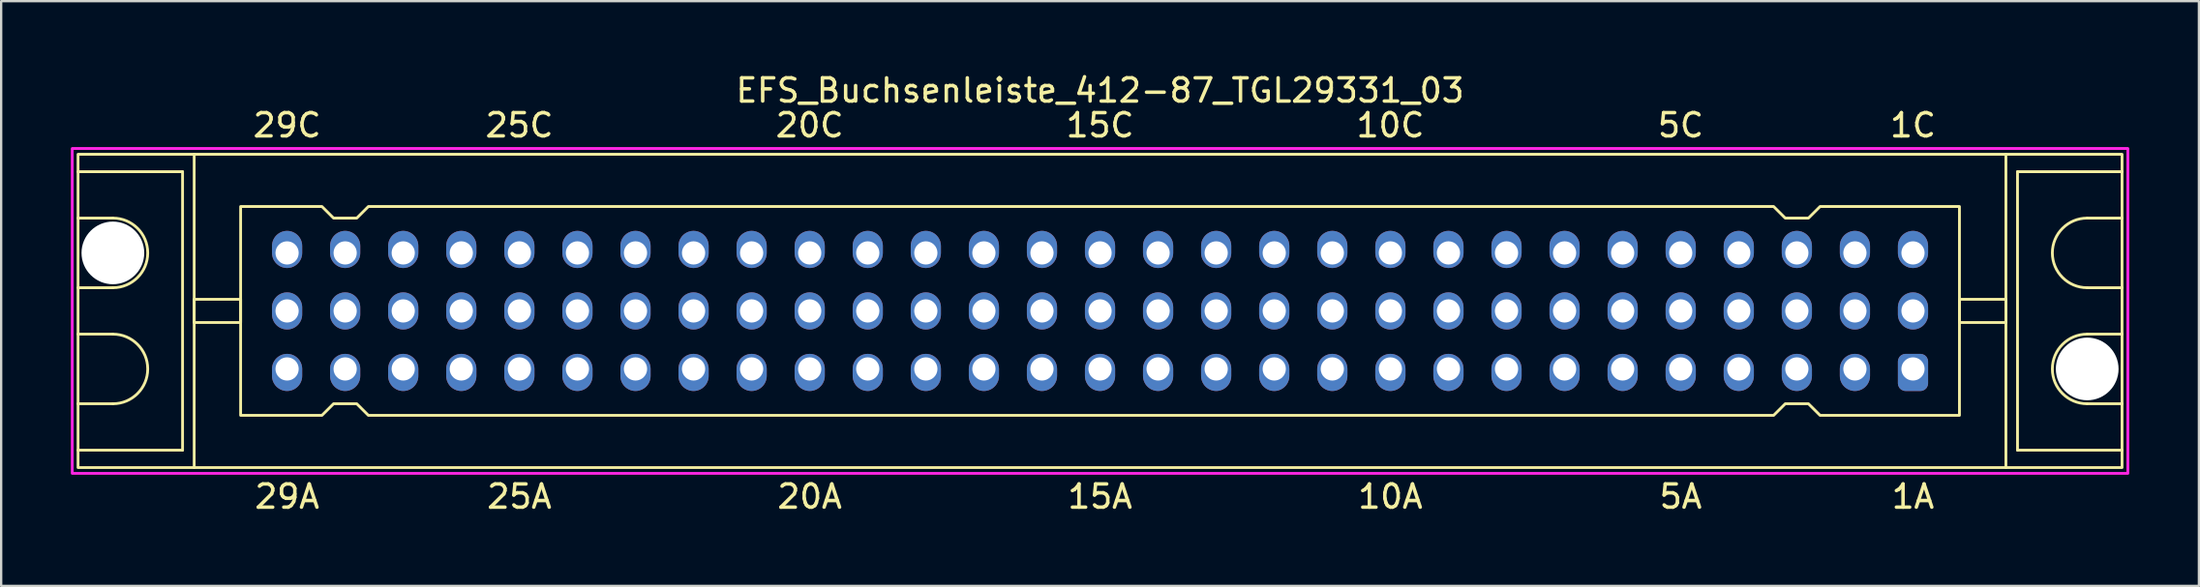
<source format=kicad_pcb>
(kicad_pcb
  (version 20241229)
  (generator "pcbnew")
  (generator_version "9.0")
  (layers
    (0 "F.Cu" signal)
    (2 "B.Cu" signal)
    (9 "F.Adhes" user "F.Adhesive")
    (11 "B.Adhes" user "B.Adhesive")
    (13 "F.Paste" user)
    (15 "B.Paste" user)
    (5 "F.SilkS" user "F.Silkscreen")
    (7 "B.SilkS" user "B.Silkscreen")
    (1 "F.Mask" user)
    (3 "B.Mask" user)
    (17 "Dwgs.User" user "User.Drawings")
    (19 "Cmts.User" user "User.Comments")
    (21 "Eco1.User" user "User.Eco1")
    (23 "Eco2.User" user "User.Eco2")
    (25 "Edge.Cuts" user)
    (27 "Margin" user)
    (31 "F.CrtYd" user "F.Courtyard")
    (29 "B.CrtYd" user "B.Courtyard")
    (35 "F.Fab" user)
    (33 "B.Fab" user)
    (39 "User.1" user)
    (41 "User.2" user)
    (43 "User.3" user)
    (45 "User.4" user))
  (footprint "EFS_Buchsenleiste_412-87_TGL29331_03"
    (layer "F.Cu")
    (at 44.31 10.348)
    (property "Reference" "EFS_Buchsenleiste_412-87_TGL29331_03" (at 0 -9.5 180) (layer "F.SilkS") (effects (font (size 1 1) (thickness 0.15))))
    (attr through_hole)
    (fp_line (start -44 -6) (end -39.5 -6) (stroke (width 0.12) (type solid)) (layer "F.SilkS"))
    (fp_line (start -42.5 -4) (end -44 -4) (stroke (width 0.12) (type solid)) (layer "F.SilkS"))
    (fp_line (start -42.5 -1) (end -44 -1) (stroke (width 0.12) (type solid)) (layer "F.SilkS"))
    (fp_line (start -42.5 1) (end -44 1) (stroke (width 0.12) (type solid)) (layer "F.SilkS"))
    (fp_line (start -42.5 4) (end -44 4) (stroke (width 0.12) (type solid)) (layer "F.SilkS"))
    (fp_line (start -39.5 -6) (end -39.5 6) (stroke (width 0.12) (type solid)) (layer "F.SilkS"))
    (fp_line (start -39.5 6) (end -44 6) (stroke (width 0.12) (type solid)) (layer "F.SilkS"))
    (fp_line (start -39 6.75) (end -39 -6.75) (stroke (width 0.12) (type solid)) (layer "F.SilkS"))
    (fp_line (start 39 6.75) (end 39 -6.75) (stroke (width 0.12) (type solid)) (layer "F.SilkS"))
    (fp_line (start 39.5 -6) (end 39.5 6) (stroke (width 0.12) (type solid)) (layer "F.SilkS"))
    (fp_line (start 39.5 6) (end 44 6) (stroke (width 0.12) (type solid)) (layer "F.SilkS"))
    (fp_line (start 42.5 -4) (end 44 -4) (stroke (width 0.12) (type solid)) (layer "F.SilkS"))
    (fp_line (start 42.5 -1) (end 44 -1) (stroke (width 0.12) (type solid)) (layer "F.SilkS"))
    (fp_line (start 42.5 1) (end 44 1) (stroke (width 0.12) (type solid)) (layer "F.SilkS"))
    (fp_line (start 42.5 4) (end 44 4) (stroke (width 0.12) (type solid)) (layer "F.SilkS"))
    (fp_line (start 44 -6) (end 39.5 -6) (stroke (width 0.12) (type solid)) (layer "F.SilkS"))
    (fp_rect (start -44 -6.75) (end 44 6.75) (stroke (width 0.12) (type solid)) (fill no) (layer "F.SilkS"))
    (fp_rect (start -39 -0.5) (end -37 0.5) (stroke (width 0.12) (type solid)) (fill no) (layer "F.SilkS"))
    (fp_rect (start 39 -0.5) (end 37 0.5) (stroke (width 0.12) (type solid)) (fill no) (layer "F.SilkS"))
    (fp_arc (start -42.5 -4) (mid -41 -2.5) (end -42.5 -1) (stroke (width 0.12) (type solid)) (layer "F.SilkS"))
    (fp_arc (start -42.5 1) (mid -41 2.5) (end -42.5 4) (stroke (width 0.12) (type solid)) (layer "F.SilkS"))
    (fp_arc (start 42.5 -1) (mid 41 -2.5) (end 42.5 -4) (stroke (width 0.12) (type solid)) (layer "F.SilkS"))
    (fp_arc (start 42.5 4) (mid 41 2.5) (end 42.5 1) (stroke (width 0.12) (type solid)) (layer "F.SilkS"))
    (fp_poly (pts (xy -33 -4) (xy -32 -4) (xy -31.5 -4.5) (xy 29 -4.5) (xy 29.5 -4) (xy 30.5 -4) (xy 31 -4.5) (xy 37 -4.5) (xy 37 4.5) (xy 31 4.5) (xy 30.5 4) (xy 29.5 4) (xy 29 4.5) (xy -31.5 4.5) (xy -32 4) (xy -33 4) (xy -33.5 4.5) (xy -37 4.5) (xy -37 -4.5) (xy -33.5 -4.5)) (stroke (width 0.12) (type solid)) (fill no) (layer "F.SilkS"))
    (fp_rect (start -44.25 -7) (end 44.25 7) (stroke (width 0.12) (type solid)) (fill no) (layer "F.CrtYd"))
    (fp_text user "20C" (at -12.5 -8 180) (layer "F.SilkS") (effects (font (size 1 1) (thickness 0.15))))
    (fp_text user "25A" (at -25 8 180) (layer "F.SilkS") (effects (font (size 1 1) (thickness 0.15))))
    (fp_text user "10A" (at 12.5 8 180) (layer "F.SilkS") (effects (font (size 1 1) (thickness 0.15))))
    (fp_text user "15A" (at 0 8 180) (layer "F.SilkS") (effects (font (size 1 1) (thickness 0.15))))
    (fp_text user "15C" (at 0 -8 180) (layer "F.SilkS") (effects (font (size 1 1) (thickness 0.15))))
    (fp_text user "5C" (at 25 -8 180) (layer "F.SilkS") (effects (font (size 1 1) (thickness 0.15))))
    (fp_text user "29C" (at -35 -8 180) (layer "F.SilkS") (effects (font (size 1 1) (thickness 0.15))))
    (fp_text user "20A" (at -12.5 8 180) (layer "F.SilkS") (effects (font (size 1 1) (thickness 0.15))))
    (fp_text user "10C" (at 12.5 -8 180) (layer "F.SilkS") (effects (font (size 1 1) (thickness 0.15))))
    (fp_text user "5A" (at 25 8 180) (layer "F.SilkS") (effects (font (size 1 1) (thickness 0.15))))
    (fp_text user "29A" (at -35 8 180) (layer "F.SilkS") (effects (font (size 1 1) (thickness 0.15))))
    (fp_text user "1C" (at 35 -8 180) (layer "F.SilkS") (effects (font (size 1 1) (thickness 0.15))))
    (fp_text user "1A" (at 35 8 180) (layer "F.SilkS") (effects (font (size 1 1) (thickness 0.15))))
    (fp_text user "25C" (at -25 -8 180) (layer "F.SilkS") (effects (font (size 1 1) (thickness 0.15))))
    (pad "" np_thru_hole circle (at -42.5 -2.5) (size 2.7 2.7) (drill 2.7) (layers "*.Cu" "*.Mask"))
    (pad "" np_thru_hole circle (at 42.5 2.5) (size 2.7 2.7) (drill 2.7) (layers "*.Cu" "*.Mask"))
    (pad "1a" thru_hole roundrect (at 35 2.5 180) (size 1.3 1.6) (drill 1 (offset 0 -0.15)) (layers "*.Cu" "*.Mask") (roundrect_rratio 0.25))
    (pad "1b" thru_hole oval (at 35 0 180) (size 1.3 1.6) (drill 1) (layers "*.Cu" "*.Mask"))
    (pad "1c" thru_hole oval (at 35 -2.5 180) (size 1.3 1.6) (drill 1 (offset 0 0.15)) (layers "*.Cu" "*.Mask"))
    (pad "2a" thru_hole oval (at 32.5 2.5 180) (size 1.3 1.6) (drill 1 (offset 0 -0.15)) (layers "*.Cu" "*.Mask"))
    (pad "2b" thru_hole oval (at 32.5 0 180) (size 1.3 1.6) (drill 1) (layers "*.Cu" "*.Mask"))
    (pad "2c" thru_hole oval (at 32.5 -2.5 180) (size 1.3 1.6) (drill 1 (offset 0 0.15)) (layers "*.Cu" "*.Mask"))
    (pad "3a" thru_hole oval (at 30 2.5 180) (size 1.3 1.6) (drill 1 (offset 0 -0.15)) (layers "*.Cu" "*.Mask"))
    (pad "3b" thru_hole oval (at 30 0 180) (size 1.3 1.6) (drill 1) (layers "*.Cu" "*.Mask"))
    (pad "3c" thru_hole oval (at 30 -2.5 180) (size 1.3 1.6) (drill 1 (offset 0 0.15)) (layers "*.Cu" "*.Mask"))
    (pad "4a" thru_hole oval (at 27.5 2.5 180) (size 1.3 1.6) (drill 1 (offset 0 -0.15)) (layers "*.Cu" "*.Mask"))
    (pad "4b" thru_hole oval (at 27.5 0 180) (size 1.3 1.6) (drill 1) (layers "*.Cu" "*.Mask"))
    (pad "4c" thru_hole oval (at 27.5 -2.5 180) (size 1.3 1.6) (drill 1 (offset 0 0.15)) (layers "*.Cu" "*.Mask"))
    (pad "5a" thru_hole oval (at 25 2.5 180) (size 1.3 1.6) (drill 1 (offset 0 -0.15)) (layers "*.Cu" "*.Mask"))
    (pad "5b" thru_hole oval (at 25 0 180) (size 1.3 1.6) (drill 1) (layers "*.Cu" "*.Mask"))
    (pad "5c" thru_hole oval (at 25 -2.5 180) (size 1.3 1.6) (drill 1 (offset 0 0.15)) (layers "*.Cu" "*.Mask"))
    (pad "6a" thru_hole oval (at 22.5 2.5 180) (size 1.3 1.6) (drill 1 (offset 0 -0.15)) (layers "*.Cu" "*.Mask"))
    (pad "6b" thru_hole oval (at 22.5 0 180) (size 1.3 1.6) (drill 1) (layers "*.Cu" "*.Mask"))
    (pad "6c" thru_hole oval (at 22.5 -2.5 180) (size 1.3 1.6) (drill 1 (offset 0 0.15)) (layers "*.Cu" "*.Mask"))
    (pad "7a" thru_hole oval (at 20 2.5 180) (size 1.3 1.6) (drill 1 (offset 0 -0.15)) (layers "*.Cu" "*.Mask"))
    (pad "7b" thru_hole oval (at 20 0 180) (size 1.3 1.6) (drill 1) (layers "*.Cu" "*.Mask"))
    (pad "7c" thru_hole oval (at 20 -2.5 180) (size 1.3 1.6) (drill 1 (offset 0 0.15)) (layers "*.Cu" "*.Mask"))
    (pad "8a" thru_hole oval (at 17.5 2.5 180) (size 1.3 1.6) (drill 1 (offset 0 -0.15)) (layers "*.Cu" "*.Mask"))
    (pad "8b" thru_hole oval (at 17.5 0 180) (size 1.3 1.6) (drill 1) (layers "*.Cu" "*.Mask"))
    (pad "8c" thru_hole oval (at 17.5 -2.5 180) (size 1.3 1.6) (drill 1 (offset 0 0.15)) (layers "*.Cu" "*.Mask"))
    (pad "9a" thru_hole oval (at 15 2.5 180) (size 1.3 1.6) (drill 1 (offset 0 -0.15)) (layers "*.Cu" "*.Mask"))
    (pad "9b" thru_hole oval (at 15 0 180) (size 1.3 1.6) (drill 1) (layers "*.Cu" "*.Mask"))
    (pad "9c" thru_hole oval (at 15 -2.5 180) (size 1.3 1.6) (drill 1 (offset 0 0.15)) (layers "*.Cu" "*.Mask"))
    (pad "10a" thru_hole oval (at 12.5 2.5 180) (size 1.3 1.6) (drill 1 (offset 0 -0.15)) (layers "*.Cu" "*.Mask"))
    (pad "10b" thru_hole oval (at 12.5 0 180) (size 1.3 1.6) (drill 1) (layers "*.Cu" "*.Mask"))
    (pad "10c" thru_hole oval (at 12.5 -2.5 180) (size 1.3 1.6) (drill 1 (offset 0 0.15)) (layers "*.Cu" "*.Mask"))
    (pad "11a" thru_hole oval (at 10 2.5 180) (size 1.3 1.6) (drill 1 (offset 0 -0.15)) (layers "*.Cu" "*.Mask"))
    (pad "11b" thru_hole oval (at 10 0 180) (size 1.3 1.6) (drill 1) (layers "*.Cu" "*.Mask"))
    (pad "11c" thru_hole oval (at 10 -2.5 180) (size 1.3 1.6) (drill 1 (offset 0 0.15)) (layers "*.Cu" "*.Mask"))
    (pad "12a" thru_hole oval (at 7.5 2.5 180) (size 1.3 1.6) (drill 1 (offset 0 -0.15)) (layers "*.Cu" "*.Mask"))
    (pad "12b" thru_hole oval (at 7.5 0 180) (size 1.3 1.6) (drill 1) (layers "*.Cu" "*.Mask"))
    (pad "12c" thru_hole oval (at 7.5 -2.5 180) (size 1.3 1.6) (drill 1 (offset 0 0.15)) (layers "*.Cu" "*.Mask"))
    (pad "13a" thru_hole oval (at 5 2.5 180) (size 1.3 1.6) (drill 1 (offset 0 -0.15)) (layers "*.Cu" "*.Mask"))
    (pad "13b" thru_hole oval (at 5 0 180) (size 1.3 1.6) (drill 1) (layers "*.Cu" "*.Mask"))
    (pad "13c" thru_hole oval (at 5 -2.5 180) (size 1.3 1.6) (drill 1 (offset 0 0.15)) (layers "*.Cu" "*.Mask"))
    (pad "14a" thru_hole oval (at 2.5 2.5 180) (size 1.3 1.6) (drill 1 (offset 0 -0.15)) (layers "*.Cu" "*.Mask"))
    (pad "14b" thru_hole oval (at 2.5 0 180) (size 1.3 1.6) (drill 1) (layers "*.Cu" "*.Mask"))
    (pad "14c" thru_hole oval (at 2.5 -2.5 180) (size 1.3 1.6) (drill 1 (offset 0 0.15)) (layers "*.Cu" "*.Mask"))
    (pad "15a" thru_hole oval (at 0 2.5 180) (size 1.3 1.6) (drill 1 (offset 0 -0.15)) (layers "*.Cu" "*.Mask"))
    (pad "15b" thru_hole oval (at 0 0 180) (size 1.3 1.6) (drill 1) (layers "*.Cu" "*.Mask"))
    (pad "15c" thru_hole oval (at 0 -2.5 180) (size 1.3 1.6) (drill 1 (offset 0 0.15)) (layers "*.Cu" "*.Mask"))
    (pad "16a" thru_hole oval (at -2.5 2.5 180) (size 1.3 1.6) (drill 1 (offset 0 -0.15)) (layers "*.Cu" "*.Mask"))
    (pad "16b" thru_hole oval (at -2.5 0 180) (size 1.3 1.6) (drill 1) (layers "*.Cu" "*.Mask"))
    (pad "16c" thru_hole oval (at -2.5 -2.5 180) (size 1.3 1.6) (drill 1 (offset 0 0.15)) (layers "*.Cu" "*.Mask"))
    (pad "17a" thru_hole oval (at -5 2.5 180) (size 1.3 1.6) (drill 1 (offset 0 -0.15)) (layers "*.Cu" "*.Mask"))
    (pad "17b" thru_hole oval (at -5 0 180) (size 1.3 1.6) (drill 1) (layers "*.Cu" "*.Mask"))
    (pad "17c" thru_hole oval (at -5 -2.5 180) (size 1.3 1.6) (drill 1 (offset 0 0.15)) (layers "*.Cu" "*.Mask"))
    (pad "18a" thru_hole oval (at -7.5 2.5 180) (size 1.3 1.6) (drill 1 (offset 0 -0.15)) (layers "*.Cu" "*.Mask"))
    (pad "18b" thru_hole oval (at -7.5 0 180) (size 1.3 1.6) (drill 1) (layers "*.Cu" "*.Mask"))
    (pad "18c" thru_hole oval (at -7.5 -2.5 180) (size 1.3 1.6) (drill 1 (offset 0 0.15)) (layers "*.Cu" "*.Mask"))
    (pad "19a" thru_hole oval (at -10 2.5 180) (size 1.3 1.6) (drill 1 (offset 0 -0.15)) (layers "*.Cu" "*.Mask"))
    (pad "19b" thru_hole oval (at -10 0 180) (size 1.3 1.6) (drill 1) (layers "*.Cu" "*.Mask"))
    (pad "19c" thru_hole oval (at -10 -2.5 180) (size 1.3 1.6) (drill 1 (offset 0 0.15)) (layers "*.Cu" "*.Mask"))
    (pad "20a" thru_hole oval (at -12.5 2.5 180) (size 1.3 1.6) (drill 1 (offset 0 -0.15)) (layers "*.Cu" "*.Mask"))
    (pad "20b" thru_hole oval (at -12.5 0 180) (size 1.3 1.6) (drill 1) (layers "*.Cu" "*.Mask"))
    (pad "20c" thru_hole oval (at -12.5 -2.5 180) (size 1.3 1.6) (drill 1 (offset 0 0.15)) (layers "*.Cu" "*.Mask"))
    (pad "21a" thru_hole oval (at -15 2.5 180) (size 1.3 1.6) (drill 1 (offset 0 -0.15)) (layers "*.Cu" "*.Mask"))
    (pad "21b" thru_hole oval (at -15 0 180) (size 1.3 1.6) (drill 1) (layers "*.Cu" "*.Mask"))
    (pad "21c" thru_hole oval (at -15 -2.5 180) (size 1.3 1.6) (drill 1 (offset 0 0.15)) (layers "*.Cu" "*.Mask"))
    (pad "22a" thru_hole oval (at -17.5 2.5 180) (size 1.3 1.6) (drill 1 (offset 0 -0.15)) (layers "*.Cu" "*.Mask"))
    (pad "22b" thru_hole oval (at -17.5 0 180) (size 1.3 1.6) (drill 1) (layers "*.Cu" "*.Mask"))
    (pad "22c" thru_hole oval (at -17.5 -2.5 180) (size 1.3 1.6) (drill 1 (offset 0 0.15)) (layers "*.Cu" "*.Mask"))
    (pad "23a" thru_hole oval (at -20 2.5 180) (size 1.3 1.6) (drill 1 (offset 0 -0.15)) (layers "*.Cu" "*.Mask"))
    (pad "23b" thru_hole oval (at -20 0 180) (size 1.3 1.6) (drill 1) (layers "*.Cu" "*.Mask"))
    (pad "23c" thru_hole oval (at -20 -2.5 180) (size 1.3 1.6) (drill 1 (offset 0 0.15)) (layers "*.Cu" "*.Mask"))
    (pad "24a" thru_hole oval (at -22.5 2.5 180) (size 1.3 1.6) (drill 1 (offset 0 -0.15)) (layers "*.Cu" "*.Mask"))
    (pad "24b" thru_hole oval (at -22.5 0 180) (size 1.3 1.6) (drill 1) (layers "*.Cu" "*.Mask"))
    (pad "24c" thru_hole oval (at -22.5 -2.5 180) (size 1.3 1.6) (drill 1 (offset 0 0.15)) (layers "*.Cu" "*.Mask"))
    (pad "25a" thru_hole oval (at -25 2.5 180) (size 1.3 1.6) (drill 1 (offset 0 -0.15)) (layers "*.Cu" "*.Mask"))
    (pad "25b" thru_hole oval (at -25 0 180) (size 1.3 1.6) (drill 1) (layers "*.Cu" "*.Mask"))
    (pad "25c" thru_hole oval (at -25 -2.5 180) (size 1.3 1.6) (drill 1 (offset 0 0.15)) (layers "*.Cu" "*.Mask"))
    (pad "26a" thru_hole oval (at -27.5 2.5 180) (size 1.3 1.6) (drill 1 (offset 0 -0.15)) (layers "*.Cu" "*.Mask"))
    (pad "26b" thru_hole oval (at -27.5 0 180) (size 1.3 1.6) (drill 1) (layers "*.Cu" "*.Mask"))
    (pad "26c" thru_hole oval (at -27.5 -2.5 180) (size 1.3 1.6) (drill 1 (offset 0 0.15)) (layers "*.Cu" "*.Mask"))
    (pad "27a" thru_hole oval (at -30 2.5 180) (size 1.3 1.6) (drill 1 (offset 0 -0.15)) (layers "*.Cu" "*.Mask"))
    (pad "27b" thru_hole oval (at -30 0 180) (size 1.3 1.6) (drill 1) (layers "*.Cu" "*.Mask"))
    (pad "27c" thru_hole oval (at -30 -2.5 180) (size 1.3 1.6) (drill 1 (offset 0 0.15)) (layers "*.Cu" "*.Mask"))
    (pad "28a" thru_hole oval (at -32.5 2.5 180) (size 1.3 1.6) (drill 1 (offset 0 -0.15)) (layers "*.Cu" "*.Mask"))
    (pad "28b" thru_hole oval (at -32.5 0 180) (size 1.3 1.6) (drill 1) (layers "*.Cu" "*.Mask"))
    (pad "28c" thru_hole oval (at -32.5 -2.5 180) (size 1.3 1.6) (drill 1 (offset 0 0.15)) (layers "*.Cu" "*.Mask"))
    (pad "29a" thru_hole oval (at -35 2.5 180) (size 1.3 1.6) (drill 1 (offset 0 -0.15)) (layers "*.Cu" "*.Mask"))
    (pad "29b" thru_hole oval (at -35 0 180) (size 1.3 1.6) (drill 1) (layers "*.Cu" "*.Mask"))
    (pad "29c" thru_hole oval (at -35 -2.5 180) (size 1.3 1.6) (drill 1 (offset 0 0.15)) (layers "*.Cu" "*.Mask")))
  (gr_rect
    (start -3 -3)
    (end 91.62 22.197)
    (stroke (width 0.1) (type default))
    (fill no)
    (layer "Edge.Cuts")))
</source>
